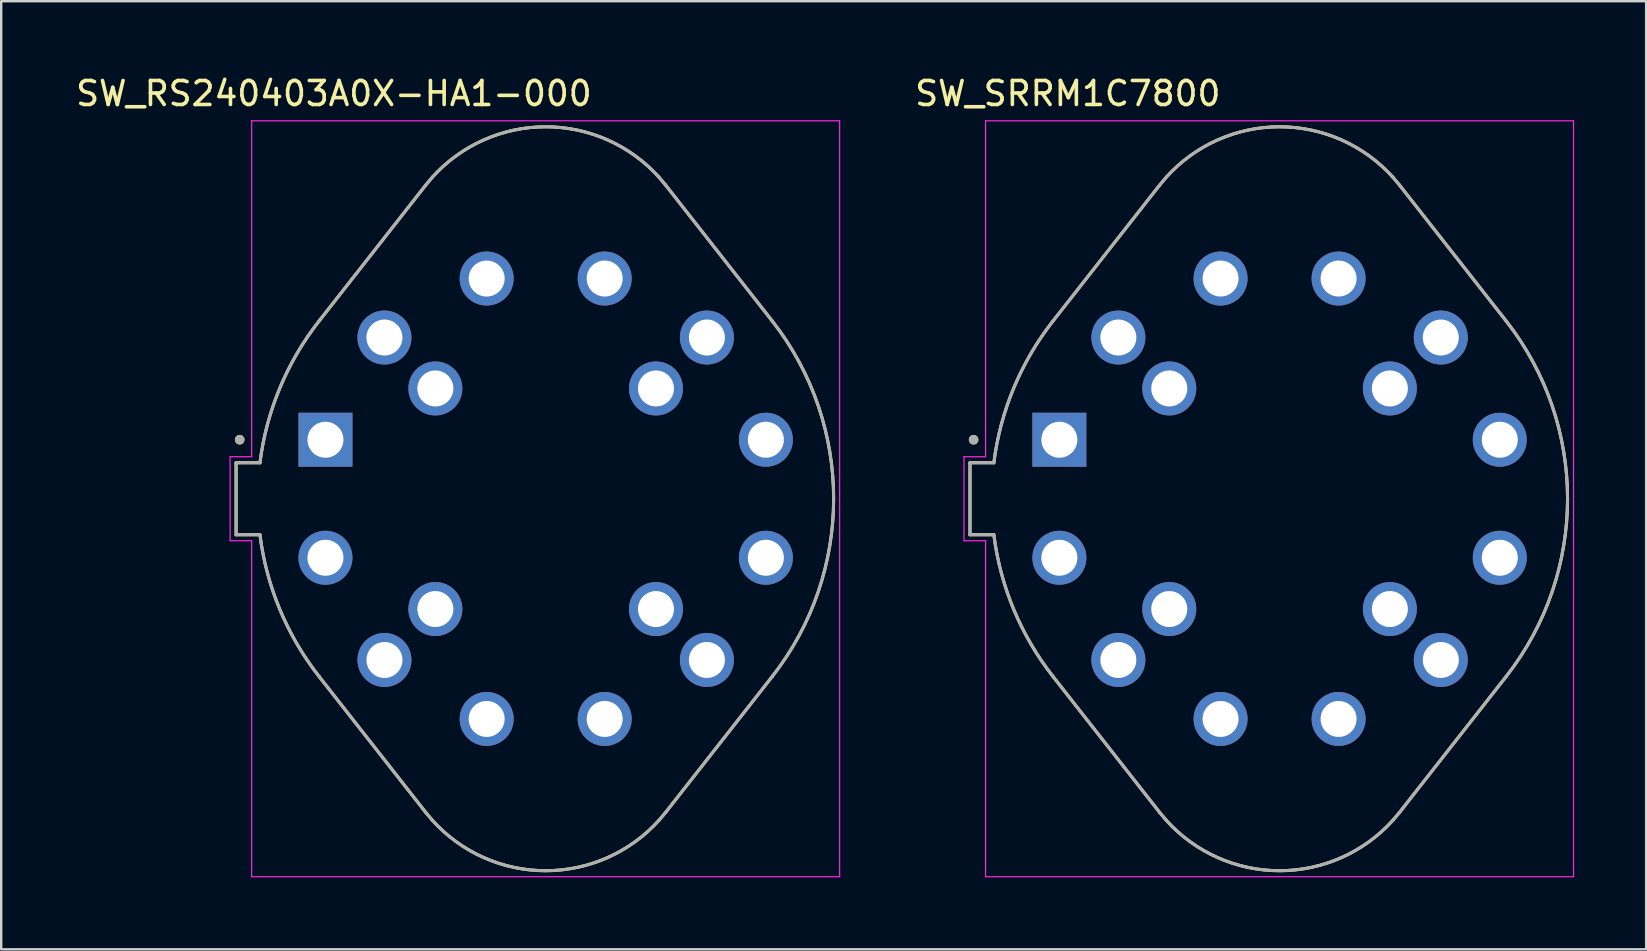
<source format=kicad_pcb>
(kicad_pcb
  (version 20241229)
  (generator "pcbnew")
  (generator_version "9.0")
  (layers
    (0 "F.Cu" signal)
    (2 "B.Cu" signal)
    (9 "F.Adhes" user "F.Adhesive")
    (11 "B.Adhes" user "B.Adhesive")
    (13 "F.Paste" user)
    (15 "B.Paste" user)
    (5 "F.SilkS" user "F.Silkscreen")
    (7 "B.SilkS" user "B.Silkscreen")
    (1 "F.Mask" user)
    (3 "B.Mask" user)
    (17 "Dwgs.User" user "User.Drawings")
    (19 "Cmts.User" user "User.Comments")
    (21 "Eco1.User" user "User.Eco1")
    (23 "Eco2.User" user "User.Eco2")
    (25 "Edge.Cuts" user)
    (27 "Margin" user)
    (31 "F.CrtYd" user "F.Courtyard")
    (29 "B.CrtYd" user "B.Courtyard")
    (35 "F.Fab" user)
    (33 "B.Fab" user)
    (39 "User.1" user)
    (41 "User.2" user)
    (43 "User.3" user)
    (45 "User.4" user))
  (footprint "SW_SRRM1C7800"
    (layer "F.Cu")
    (at 50.27 17.733)
    (property "Reference" "SW_SRRM1C7800" (at -8.825 -16.885 0) (layer "F.SilkS") (effects (font (size 1 1) (thickness 0.15))))
    (attr through_hole)
    (fp_line (start -12.9 1.5) (end -12.9 -1.5) (stroke (width 0.127) (type solid)) (layer "F.SilkS"))
    (fp_line (start -12.9 1.5) (end -11.906 1.5) (stroke (width 0.127) (type solid)) (layer "F.SilkS"))
    (fp_line (start -11.906 -1.5) (end -12.9 -1.5) (stroke (width 0.127) (type solid)) (layer "F.SilkS"))
    (fp_line (start -9.441 7.407) (end -5 13.068) (stroke (width 0.127) (type solid)) (layer "F.SilkS"))
    (fp_line (start -5 -13.068) (end -9.441 -7.407) (stroke (width 0.127) (type solid)) (layer "F.SilkS"))
    (fp_line (start -5 13.068) (end -4.72 13.4) (stroke (width 0.127) (type solid)) (layer "F.SilkS"))
    (fp_line (start -4.72 -13.4) (end -5 -13.068) (stroke (width 0.127) (type solid)) (layer "F.SilkS"))
    (fp_line (start 4.72 13.4) (end 5 13.068) (stroke (width 0.127) (type solid)) (layer "F.SilkS"))
    (fp_line (start 5 -13.068) (end 4.72 -13.4) (stroke (width 0.127) (type solid)) (layer "F.SilkS"))
    (fp_line (start 5 13.068) (end 9.441 7.407) (stroke (width 0.127) (type solid)) (layer "F.SilkS"))
    (fp_line (start 9.441 -7.407) (end 5 -13.068) (stroke (width 0.127) (type solid)) (layer "F.SilkS"))
    (fp_arc (start -11.9059 -1.5) (mid -11.074599 -4.620981) (end -9.44104 -7.40721) (stroke (width 0.127) (type solid)) (layer "F.SilkS"))
    (fp_arc (start -9.44104 7.40721) (mid -11.074599 4.620981) (end -11.9059 1.5) (stroke (width 0.127) (type solid)) (layer "F.SilkS"))
    (fp_arc (start -4.72038 -13.4) (mid 0 -15.500003) (end 4.72038 -13.4) (stroke (width 0.127) (type solid)) (layer "F.SilkS"))
    (fp_arc (start 4.72038 13.4) (mid 0 15.500003) (end -4.72038 13.4) (stroke (width 0.127) (type solid)) (layer "F.SilkS"))
    (fp_arc (start 9.44104 -7.40721) (mid 11.999999 0) (end 9.44104 7.40721) (stroke (width 0.127) (type solid)) (layer "F.SilkS"))
    (fp_circle (center -12.75 -2.459) (end -12.65 -2.459) (stroke (width 0.2) (type solid)) (fill no) (layer "F.SilkS"))
    (fp_line (start -13.15 -1.75) (end -13.15 1.75) (stroke (width 0.05) (type solid)) (layer "F.CrtYd"))
    (fp_line (start -13.15 1.75) (end -12.25 1.75) (stroke (width 0.05) (type solid)) (layer "F.CrtYd"))
    (fp_line (start -12.25 -15.75) (end -12.25 -1.75) (stroke (width 0.05) (type solid)) (layer "F.CrtYd"))
    (fp_line (start -12.25 -1.75) (end -13.15 -1.75) (stroke (width 0.05) (type solid)) (layer "F.CrtYd"))
    (fp_line (start -12.25 1.75) (end -12.25 15.75) (stroke (width 0.05) (type solid)) (layer "F.CrtYd"))
    (fp_line (start -12.25 15.75) (end 12.25 15.75) (stroke (width 0.05) (type solid)) (layer "F.CrtYd"))
    (fp_line (start 12.25 -15.75) (end -12.25 -15.75) (stroke (width 0.05) (type solid)) (layer "F.CrtYd"))
    (fp_line (start 12.25 15.75) (end 12.25 -15.75) (stroke (width 0.05) (type solid)) (layer "F.CrtYd"))
    (fp_line (start -12.9 1.5) (end -12.9 -1.5) (stroke (width 0.127) (type solid)) (layer "F.Fab"))
    (fp_line (start -12.9 1.5) (end -11.906 1.5) (stroke (width 0.127) (type solid)) (layer "F.Fab"))
    (fp_line (start -11.906 -1.5) (end -12.9 -1.5) (stroke (width 0.127) (type solid)) (layer "F.Fab"))
    (fp_line (start -9.441 7.407) (end -5 13.068) (stroke (width 0.127) (type solid)) (layer "F.Fab"))
    (fp_line (start -5 -13.068) (end -9.441 -7.407) (stroke (width 0.127) (type solid)) (layer "F.Fab"))
    (fp_line (start -5 13.068) (end -4.72 13.4) (stroke (width 0.127) (type solid)) (layer "F.Fab"))
    (fp_line (start -4.72 -13.4) (end -5 -13.068) (stroke (width 0.127) (type solid)) (layer "F.Fab"))
    (fp_line (start 4.72 13.4) (end 5 13.068) (stroke (width 0.127) (type solid)) (layer "F.Fab"))
    (fp_line (start 5 -13.068) (end 4.72 -13.4) (stroke (width 0.127) (type solid)) (layer "F.Fab"))
    (fp_line (start 5 13.068) (end 9.441 7.407) (stroke (width 0.127) (type solid)) (layer "F.Fab"))
    (fp_line (start 9.441 -7.407) (end 5 -13.068) (stroke (width 0.127) (type solid)) (layer "F.Fab"))
    (fp_arc (start -11.9059 -1.5) (mid -11.074599 -4.620981) (end -9.44104 -7.40721) (stroke (width 0.127) (type solid)) (layer "F.Fab"))
    (fp_arc (start -9.44104 7.40721) (mid -11.074599 4.620981) (end -11.9059 1.5) (stroke (width 0.127) (type solid)) (layer "F.Fab"))
    (fp_arc (start -4.72038 -13.4) (mid 0 -15.500003) (end 4.72038 -13.4) (stroke (width 0.127) (type solid)) (layer "F.Fab"))
    (fp_arc (start 4.72038 13.4) (mid 0 15.500003) (end -4.72038 13.4) (stroke (width 0.127) (type solid)) (layer "F.Fab"))
    (fp_arc (start 9.44104 -7.40721) (mid 11.999999 0) (end 9.44104 7.40721) (stroke (width 0.127) (type solid)) (layer "F.Fab"))
    (fp_circle (center -12.75 -2.459) (end -12.65 -2.459) (stroke (width 0.2) (type solid)) (fill no) (layer "F.Fab"))
    (pad "1" thru_hole rect (at -9.176 -2.459) (size 2.25 2.25) (drill 1.5) (layers "*.Cu" "*.Mask"))
    (pad "2" thru_hole circle (at -6.718 -6.718) (size 2.25 2.25) (drill 1.5) (layers "*.Cu" "*.Mask"))
    (pad "3" thru_hole circle (at -2.459 -9.176) (size 2.25 2.25) (drill 1.5) (layers "*.Cu" "*.Mask"))
    (pad "4" thru_hole circle (at 2.459 -9.176) (size 2.25 2.25) (drill 1.5) (layers "*.Cu" "*.Mask"))
    (pad "5" thru_hole circle (at 6.718 -6.718) (size 2.25 2.25) (drill 1.5) (layers "*.Cu" "*.Mask"))
    (pad "6" thru_hole circle (at 9.176 -2.459) (size 2.25 2.25) (drill 1.5) (layers "*.Cu" "*.Mask"))
    (pad "7" thru_hole circle (at 9.176 2.459) (size 2.25 2.25) (drill 1.5) (layers "*.Cu" "*.Mask"))
    (pad "8" thru_hole circle (at 6.718 6.718) (size 2.25 2.25) (drill 1.5) (layers "*.Cu" "*.Mask"))
    (pad "9" thru_hole circle (at 2.459 9.176) (size 2.25 2.25) (drill 1.5) (layers "*.Cu" "*.Mask"))
    (pad "10" thru_hole circle (at -2.459 9.176) (size 2.25 2.25) (drill 1.5) (layers "*.Cu" "*.Mask"))
    (pad "11" thru_hole circle (at -6.718 6.718) (size 2.25 2.25) (drill 1.5) (layers "*.Cu" "*.Mask"))
    (pad "12" thru_hole circle (at -9.176 2.459) (size 2.25 2.25) (drill 1.5) (layers "*.Cu" "*.Mask"))
    (pad "13" thru_hole circle (at -4.596 -4.596) (size 2.25 2.25) (drill 1.5) (layers "*.Cu" "*.Mask"))
    (pad "14" thru_hole circle (at 4.596 -4.596) (size 2.25 2.25) (drill 1.5) (layers "*.Cu" "*.Mask"))
    (pad "15" thru_hole circle (at -4.596 4.596) (size 2.25 2.25) (drill 1.5) (layers "*.Cu" "*.Mask"))
    (pad "16" thru_hole circle (at 4.596 4.596) (size 2.25 2.25) (drill 1.5) (layers "*.Cu" "*.Mask")))
  (footprint "SW_RS240403A0X-HA1-000"
    (layer "F.Cu")
    (at 19.688 17.733)
    (property "Reference" "SW_RS240403A0X-HA1-000" (at -8.825 -16.885 0) (layer "F.SilkS") (effects (font (size 1 1) (thickness 0.15))))
    (attr through_hole)
    (fp_line (start -12.9 1.5) (end -12.9 -1.5) (stroke (width 0.127) (type solid)) (layer "F.SilkS"))
    (fp_line (start -12.9 1.5) (end -11.906 1.5) (stroke (width 0.127) (type solid)) (layer "F.SilkS"))
    (fp_line (start -11.906 -1.5) (end -12.9 -1.5) (stroke (width 0.127) (type solid)) (layer "F.SilkS"))
    (fp_line (start -9.441 7.407) (end -5 13.068) (stroke (width 0.127) (type solid)) (layer "F.SilkS"))
    (fp_line (start -5 -13.068) (end -9.441 -7.407) (stroke (width 0.127) (type solid)) (layer "F.SilkS"))
    (fp_line (start -5 13.068) (end -4.72 13.4) (stroke (width 0.127) (type solid)) (layer "F.SilkS"))
    (fp_line (start -4.72 -13.4) (end -5 -13.068) (stroke (width 0.127) (type solid)) (layer "F.SilkS"))
    (fp_line (start 4.72 13.4) (end 5 13.068) (stroke (width 0.127) (type solid)) (layer "F.SilkS"))
    (fp_line (start 5 -13.068) (end 4.72 -13.4) (stroke (width 0.127) (type solid)) (layer "F.SilkS"))
    (fp_line (start 5 13.068) (end 9.441 7.407) (stroke (width 0.127) (type solid)) (layer "F.SilkS"))
    (fp_line (start 9.441 -7.407) (end 5 -13.068) (stroke (width 0.127) (type solid)) (layer "F.SilkS"))
    (fp_arc (start -11.9059 -1.5) (mid -11.074599 -4.620981) (end -9.44104 -7.40721) (stroke (width 0.127) (type solid)) (layer "F.SilkS"))
    (fp_arc (start -9.44104 7.40721) (mid -11.074599 4.620981) (end -11.9059 1.5) (stroke (width 0.127) (type solid)) (layer "F.SilkS"))
    (fp_arc (start -4.72038 -13.4) (mid 0 -15.500003) (end 4.72038 -13.4) (stroke (width 0.127) (type solid)) (layer "F.SilkS"))
    (fp_arc (start 4.72038 13.4) (mid 0 15.500003) (end -4.72038 13.4) (stroke (width 0.127) (type solid)) (layer "F.SilkS"))
    (fp_arc (start 9.44104 -7.40721) (mid 11.999999 0) (end 9.44104 7.40721) (stroke (width 0.127) (type solid)) (layer "F.SilkS"))
    (fp_circle (center -12.75 -2.459) (end -12.65 -2.459) (stroke (width 0.2) (type solid)) (fill no) (layer "F.SilkS"))
    (fp_line (start -13.15 -1.75) (end -13.15 1.75) (stroke (width 0.05) (type solid)) (layer "F.CrtYd"))
    (fp_line (start -13.15 1.75) (end -12.25 1.75) (stroke (width 0.05) (type solid)) (layer "F.CrtYd"))
    (fp_line (start -12.25 -15.75) (end -12.25 -1.75) (stroke (width 0.05) (type solid)) (layer "F.CrtYd"))
    (fp_line (start -12.25 -1.75) (end -13.15 -1.75) (stroke (width 0.05) (type solid)) (layer "F.CrtYd"))
    (fp_line (start -12.25 1.75) (end -12.25 15.75) (stroke (width 0.05) (type solid)) (layer "F.CrtYd"))
    (fp_line (start -12.25 15.75) (end 12.25 15.75) (stroke (width 0.05) (type solid)) (layer "F.CrtYd"))
    (fp_line (start 12.25 -15.75) (end -12.25 -15.75) (stroke (width 0.05) (type solid)) (layer "F.CrtYd"))
    (fp_line (start 12.25 15.75) (end 12.25 -15.75) (stroke (width 0.05) (type solid)) (layer "F.CrtYd"))
    (fp_line (start -12.9 1.5) (end -12.9 -1.5) (stroke (width 0.127) (type solid)) (layer "F.Fab"))
    (fp_line (start -12.9 1.5) (end -11.906 1.5) (stroke (width 0.127) (type solid)) (layer "F.Fab"))
    (fp_line (start -11.906 -1.5) (end -12.9 -1.5) (stroke (width 0.127) (type solid)) (layer "F.Fab"))
    (fp_line (start -9.441 7.407) (end -5 13.068) (stroke (width 0.127) (type solid)) (layer "F.Fab"))
    (fp_line (start -5 -13.068) (end -9.441 -7.407) (stroke (width 0.127) (type solid)) (layer "F.Fab"))
    (fp_line (start -5 13.068) (end -4.72 13.4) (stroke (width 0.127) (type solid)) (layer "F.Fab"))
    (fp_line (start -4.72 -13.4) (end -5 -13.068) (stroke (width 0.127) (type solid)) (layer "F.Fab"))
    (fp_line (start 4.72 13.4) (end 5 13.068) (stroke (width 0.127) (type solid)) (layer "F.Fab"))
    (fp_line (start 5 -13.068) (end 4.72 -13.4) (stroke (width 0.127) (type solid)) (layer "F.Fab"))
    (fp_line (start 5 13.068) (end 9.441 7.407) (stroke (width 0.127) (type solid)) (layer "F.Fab"))
    (fp_line (start 9.441 -7.407) (end 5 -13.068) (stroke (width 0.127) (type solid)) (layer "F.Fab"))
    (fp_arc (start -11.9059 -1.5) (mid -11.074599 -4.620981) (end -9.44104 -7.40721) (stroke (width 0.127) (type solid)) (layer "F.Fab"))
    (fp_arc (start -9.44104 7.40721) (mid -11.074599 4.620981) (end -11.9059 1.5) (stroke (width 0.127) (type solid)) (layer "F.Fab"))
    (fp_arc (start -4.72038 -13.4) (mid 0 -15.500003) (end 4.72038 -13.4) (stroke (width 0.127) (type solid)) (layer "F.Fab"))
    (fp_arc (start 4.72038 13.4) (mid 0 15.500003) (end -4.72038 13.4) (stroke (width 0.127) (type solid)) (layer "F.Fab"))
    (fp_arc (start 9.44104 -7.40721) (mid 11.999999 0) (end 9.44104 7.40721) (stroke (width 0.127) (type solid)) (layer "F.Fab"))
    (fp_circle (center -12.75 -2.459) (end -12.65 -2.459) (stroke (width 0.2) (type solid)) (fill no) (layer "F.Fab"))
    (pad "1" thru_hole rect (at -9.176 -2.459) (size 2.25 2.25) (drill 1.5) (layers "*.Cu" "*.Mask"))
    (pad "2" thru_hole circle (at -6.718 -6.718) (size 2.25 2.25) (drill 1.5) (layers "*.Cu" "*.Mask"))
    (pad "3" thru_hole circle (at -2.459 -9.176) (size 2.25 2.25) (drill 1.5) (layers "*.Cu" "*.Mask"))
    (pad "4" thru_hole circle (at 2.459 -9.176) (size 2.25 2.25) (drill 1.5) (layers "*.Cu" "*.Mask"))
    (pad "5" thru_hole circle (at 6.718 -6.718) (size 2.25 2.25) (drill 1.5) (layers "*.Cu" "*.Mask"))
    (pad "6" thru_hole circle (at 9.176 -2.459) (size 2.25 2.25) (drill 1.5) (layers "*.Cu" "*.Mask"))
    (pad "7" thru_hole circle (at 9.176 2.459) (size 2.25 2.25) (drill 1.5) (layers "*.Cu" "*.Mask"))
    (pad "8" thru_hole circle (at 6.718 6.718) (size 2.25 2.25) (drill 1.5) (layers "*.Cu" "*.Mask"))
    (pad "9" thru_hole circle (at 2.459 9.176) (size 2.25 2.25) (drill 1.5) (layers "*.Cu" "*.Mask"))
    (pad "10" thru_hole circle (at -2.459 9.176) (size 2.25 2.25) (drill 1.5) (layers "*.Cu" "*.Mask"))
    (pad "11" thru_hole circle (at -6.718 6.718) (size 2.25 2.25) (drill 1.5) (layers "*.Cu" "*.Mask"))
    (pad "12" thru_hole circle (at -9.176 2.459) (size 2.25 2.25) (drill 1.5) (layers "*.Cu" "*.Mask"))
    (pad "13" thru_hole circle (at -4.596 -4.596) (size 2.25 2.25) (drill 1.5) (layers "*.Cu" "*.Mask"))
    (pad "14" thru_hole circle (at 4.596 -4.596) (size 2.25 2.25) (drill 1.5) (layers "*.Cu" "*.Mask"))
    (pad "15" thru_hole circle (at -4.596 4.596) (size 2.25 2.25) (drill 1.5) (layers "*.Cu" "*.Mask"))
    (pad "16" thru_hole circle (at 4.596 4.596) (size 2.25 2.25) (drill 1.5) (layers "*.Cu" "*.Mask")))
  (gr_rect
    (start -3 -3)
    (end 65.545 36.508)
    (stroke (width 0.1) (type default))
    (fill no)
    (layer "Edge.Cuts")))
</source>
